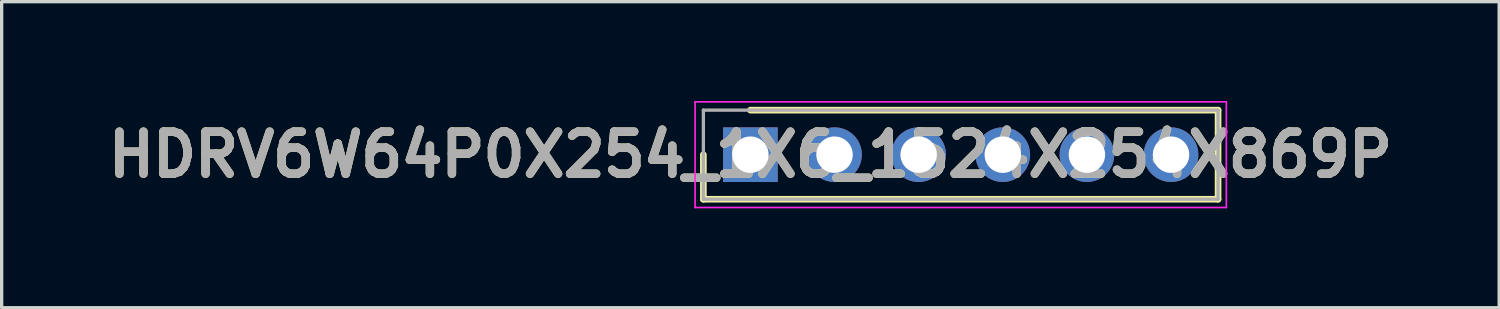
<source format=kicad_pcb>
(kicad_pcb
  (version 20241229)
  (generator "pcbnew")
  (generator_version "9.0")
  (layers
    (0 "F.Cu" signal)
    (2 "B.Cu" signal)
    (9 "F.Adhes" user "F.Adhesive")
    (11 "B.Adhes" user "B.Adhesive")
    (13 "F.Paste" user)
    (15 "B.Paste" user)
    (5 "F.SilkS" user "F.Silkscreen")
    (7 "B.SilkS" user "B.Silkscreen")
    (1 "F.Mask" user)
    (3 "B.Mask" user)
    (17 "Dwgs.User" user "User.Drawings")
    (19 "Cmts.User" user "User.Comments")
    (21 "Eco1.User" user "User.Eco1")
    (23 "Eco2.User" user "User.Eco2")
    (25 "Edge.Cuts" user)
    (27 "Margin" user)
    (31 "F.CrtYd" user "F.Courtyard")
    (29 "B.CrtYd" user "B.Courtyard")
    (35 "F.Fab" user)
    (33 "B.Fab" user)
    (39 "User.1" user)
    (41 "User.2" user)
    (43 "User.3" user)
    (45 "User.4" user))
  (footprint "HDRV6W64P0X254_1X6_1524X254X869P"
    (layer "F.Cu")
    (at 19.606 1.62)
    (property "Reference" "HDRV6W64P0X254_1X6_1524X254X869P" (at 0 0 0) (layer "F.SilkS") (effects (font (size 1.27 1.27) (thickness 0.254))))
    (attr through_hole)
    (fp_line (start -1.42 0) (end -1.42 1.345) (stroke (width 0.2) (type solid)) (layer "F.SilkS"))
    (fp_line (start -1.42 1.345) (end 14.12 1.345) (stroke (width 0.2) (type solid)) (layer "F.SilkS"))
    (fp_line (start 14.12 -1.345) (end 0 -1.345) (stroke (width 0.2) (type solid)) (layer "F.SilkS"))
    (fp_line (start 14.12 1.345) (end 14.12 -1.345) (stroke (width 0.2) (type solid)) (layer "F.SilkS"))
    (fp_line (start -1.67 -1.595) (end 14.37 -1.595) (stroke (width 0.05) (type solid)) (layer "F.CrtYd"))
    (fp_line (start -1.67 1.595) (end -1.67 -1.595) (stroke (width 0.05) (type solid)) (layer "F.CrtYd"))
    (fp_line (start 14.37 -1.595) (end 14.37 1.595) (stroke (width 0.05) (type solid)) (layer "F.CrtYd"))
    (fp_line (start 14.37 1.595) (end -1.67 1.595) (stroke (width 0.05) (type solid)) (layer "F.CrtYd"))
    (fp_line (start -1.42 -1.345) (end 14.12 -1.345) (stroke (width 0.1) (type solid)) (layer "F.Fab"))
    (fp_line (start -1.42 1.345) (end -1.42 -1.345) (stroke (width 0.1) (type solid)) (layer "F.Fab"))
    (fp_line (start 14.12 -1.345) (end 14.12 1.345) (stroke (width 0.1) (type solid)) (layer "F.Fab"))
    (fp_line (start 14.12 1.345) (end -1.42 1.345) (stroke (width 0.1) (type solid)) (layer "F.Fab"))
    (fp_text user "${REFERENCE}" (at 0 0 0) (layer "F.Fab") (effects (font (size 1.27 1.27) (thickness 0.254))))
    (pad "1" thru_hole rect (at 0 0) (size 1.65 1.65) (drill 1.1) (layers "*.Cu" "*.Mask"))
    (pad "2" thru_hole circle (at 2.54 0) (size 1.65 1.65) (drill 1.1) (layers "*.Cu" "*.Mask"))
    (pad "3" thru_hole circle (at 5.08 0) (size 1.65 1.65) (drill 1.1) (layers "*.Cu" "*.Mask"))
    (pad "4" thru_hole circle (at 7.62 0) (size 1.65 1.65) (drill 1.1) (layers "*.Cu" "*.Mask"))
    (pad "5" thru_hole circle (at 10.16 0) (size 1.65 1.65) (drill 1.1) (layers "*.Cu" "*.Mask"))
    (pad "6" thru_hole circle (at 12.7 0) (size 1.65 1.65) (drill 1.1) (layers "*.Cu" "*.Mask")))
  (gr_rect
    (start -3 -3)
    (end 42.213 6.24)
    (stroke (width 0.1) (type default))
    (fill no)
    (layer "Edge.Cuts")))
</source>
